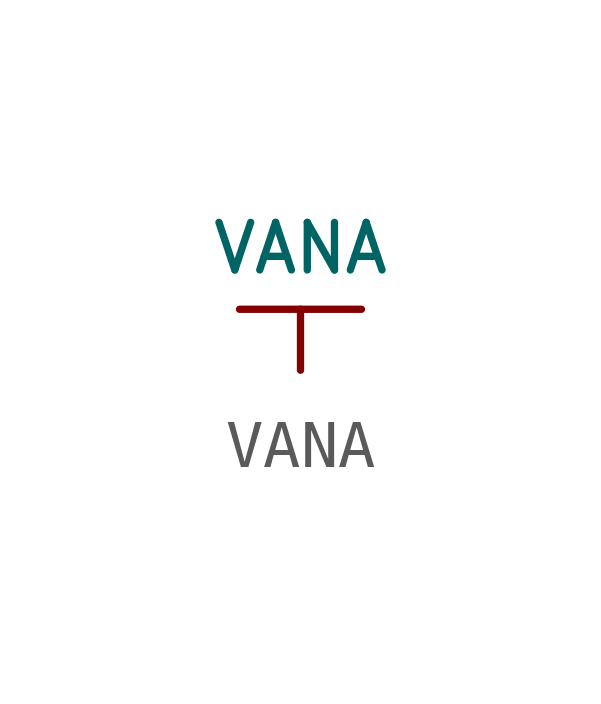
<source format=kicad_sym>
(kicad_symbol_lib
  (version 20220914)
  (generator kicad_symbol_editor)
  (symbol "VANA"
    (power)
    (pin_numbers hide)
    (pin_names
      (offset 0) hide)
    (property "Reference" "#PWR"
      (at 0 -2.54 0)
      (effects (font (size 1.524 1.524)) hide))
    (property "Value" "VANA"
      (at 0 1.27 0)
      (effects (font (size 0.991 0.991))))
    (property "Footprint" ""
      (at 0 0 0)
      (effects (font (size 1.524 1.524))))
    (property "Datasheet" ""
      (at 0 0 0)
      (effects (font (size 1.524 1.524))))
    (symbol "VANA_0_1"
      (polyline (pts (xy -1.27 0) (xy 1.27 0)) (stroke (width 0) (type default)) (fill (type none))))
    (symbol "VANA_1_1"
      (pin power_in line (at 0 -1.27 90) (length 1.27) (name "VANA" (effects (font (size 1.27 1.27)))) (number "1" (effects (font (size 1.27 1.27))))))))
</source>
